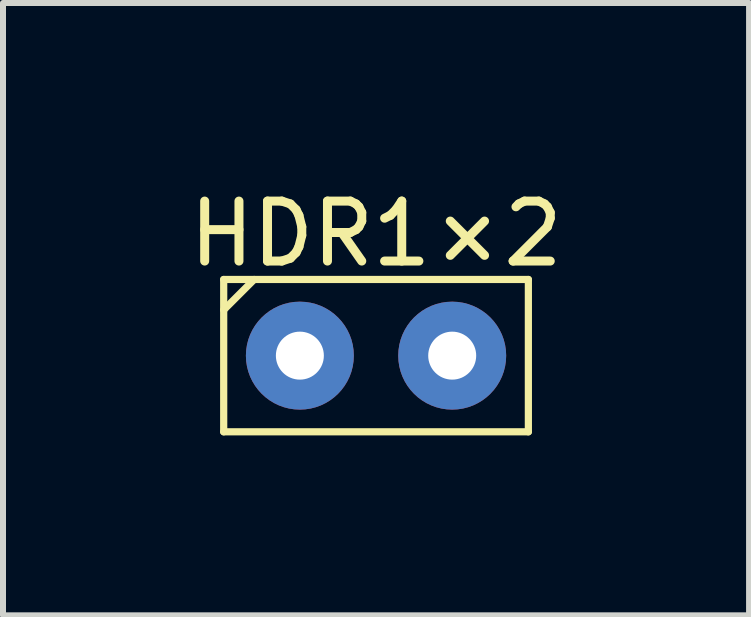
<source format=kicad_pcb>
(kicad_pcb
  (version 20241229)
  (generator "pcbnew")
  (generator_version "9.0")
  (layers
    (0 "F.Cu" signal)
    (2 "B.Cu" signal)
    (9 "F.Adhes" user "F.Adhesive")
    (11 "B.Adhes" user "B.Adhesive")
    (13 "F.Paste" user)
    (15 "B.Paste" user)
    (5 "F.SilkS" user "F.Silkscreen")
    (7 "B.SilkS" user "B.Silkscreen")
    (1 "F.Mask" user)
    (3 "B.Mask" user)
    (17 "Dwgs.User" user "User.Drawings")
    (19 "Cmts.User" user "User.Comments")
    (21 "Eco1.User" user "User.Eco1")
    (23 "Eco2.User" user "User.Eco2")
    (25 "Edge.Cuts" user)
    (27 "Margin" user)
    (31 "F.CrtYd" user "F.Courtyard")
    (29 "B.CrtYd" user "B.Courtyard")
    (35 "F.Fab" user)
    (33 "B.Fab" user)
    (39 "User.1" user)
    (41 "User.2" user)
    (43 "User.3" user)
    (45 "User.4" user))
  (footprint "HDR1×2"
    (layer "F.Cu")
    (at 1.95 2.88)
    (property "Reference" "HDR1×2" (at 1.27 -2.032 0) (layer "F.SilkS") (effects (font (size 1 1) (thickness 0.15))))
    (attr through_hole)
    (fp_line (start -1.27 -1.27) (end -1.27 1.27) (stroke (width 0.12) (type solid)) (layer "F.SilkS"))
    (fp_line (start -1.27 -1.27) (end 3.81 -1.27) (stroke (width 0.12) (type solid)) (layer "F.SilkS"))
    (fp_line (start -1.27 -0.762) (end -0.762 -1.27) (stroke (width 0.12) (type solid)) (layer "F.SilkS"))
    (fp_line (start -1.27 1.27) (end 3.81 1.27) (stroke (width 0.12) (type solid)) (layer "F.SilkS"))
    (fp_line (start 3.81 -1.27) (end 3.81 1.27) (stroke (width 0.12) (type solid)) (layer "F.SilkS"))
    (pad "1" thru_hole circle (at 0 0) (size 1.8 1.8) (drill 0.8) (layers "*.Cu" "*.Mask"))
    (pad "2" thru_hole circle (at 2.54 0) (size 1.8 1.8) (drill 0.8) (layers "*.Cu" "*.Mask")))
  (gr_rect
    (start -3 -3)
    (end 9.44 7.21)
    (stroke (width 0.1) (type default))
    (fill no)
    (layer "Edge.Cuts")))
</source>
